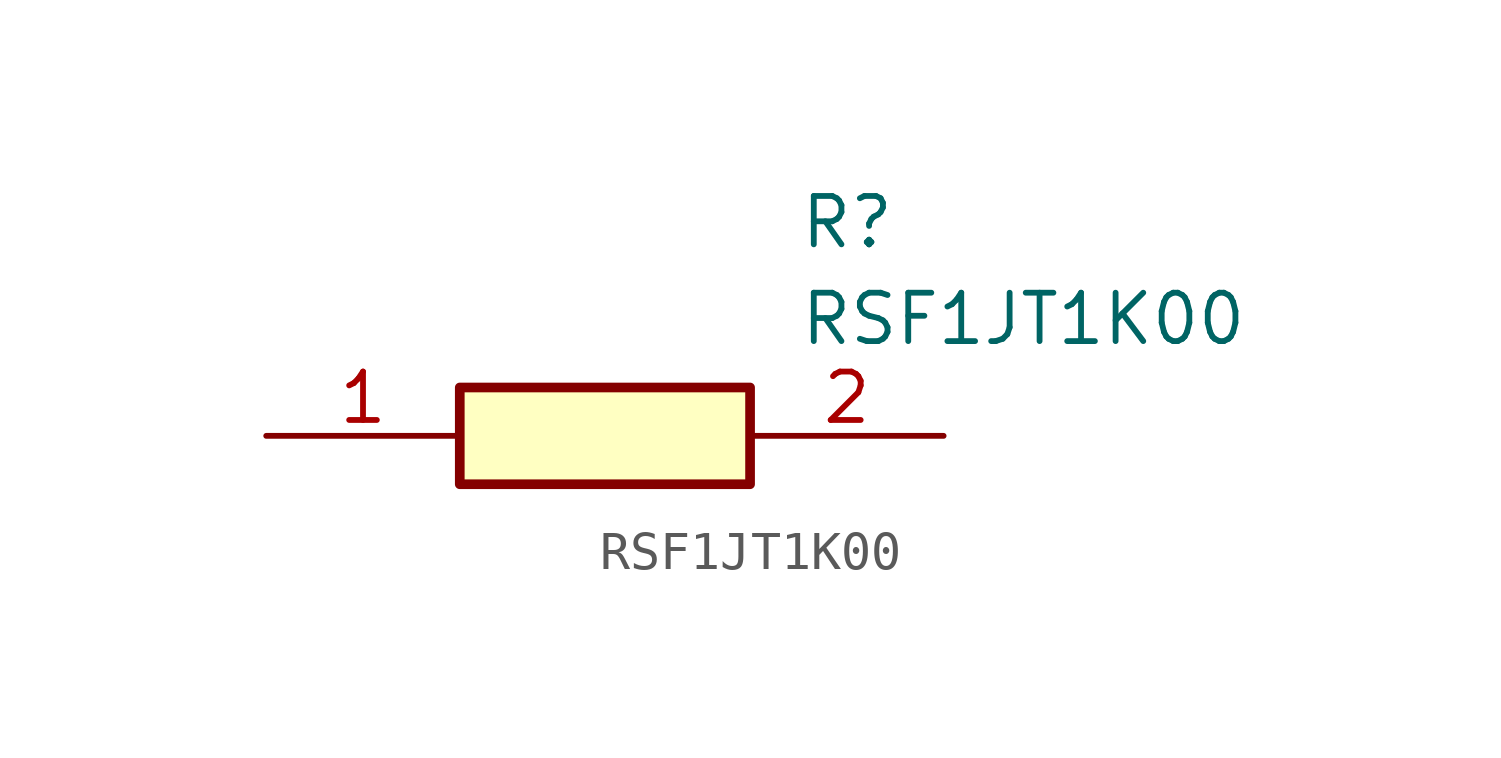
<source format=kicad_sym>
(kicad_symbol_lib
  (version 20220914)
  (generator kicad_symbol_editor)
  (symbol "RSF1JT1K00"
    (pin_names hide)
    (property "Reference" "R"
      (at 13.97 6.35 0)
      (effects (font (size 1.27 1.27)) (justify left top)))
    (property "Value" "RSF1JT1K00"
      (at 13.97 3.81 0)
      (effects (font (size 1.27 1.27)) (justify left top)))
    (symbol "RSF1JT1K00_1_1"
      (rectangle (start 5.08 1.27) (end 12.7 -1.27) (stroke (width 0.254) (type default)) (fill (type background)))
      (pin passive line (at 0 0 0) (length 5.08) (name "1" (effects (font (size 1.27 1.27)))) (number "1" (effects (font (size 1.27 1.27)))))
      (pin passive line (at 17.78 0 180) (length 5.08) (name "2" (effects (font (size 1.27 1.27)))) (number "2" (effects (font (size 1.27 1.27))))))))
</source>
